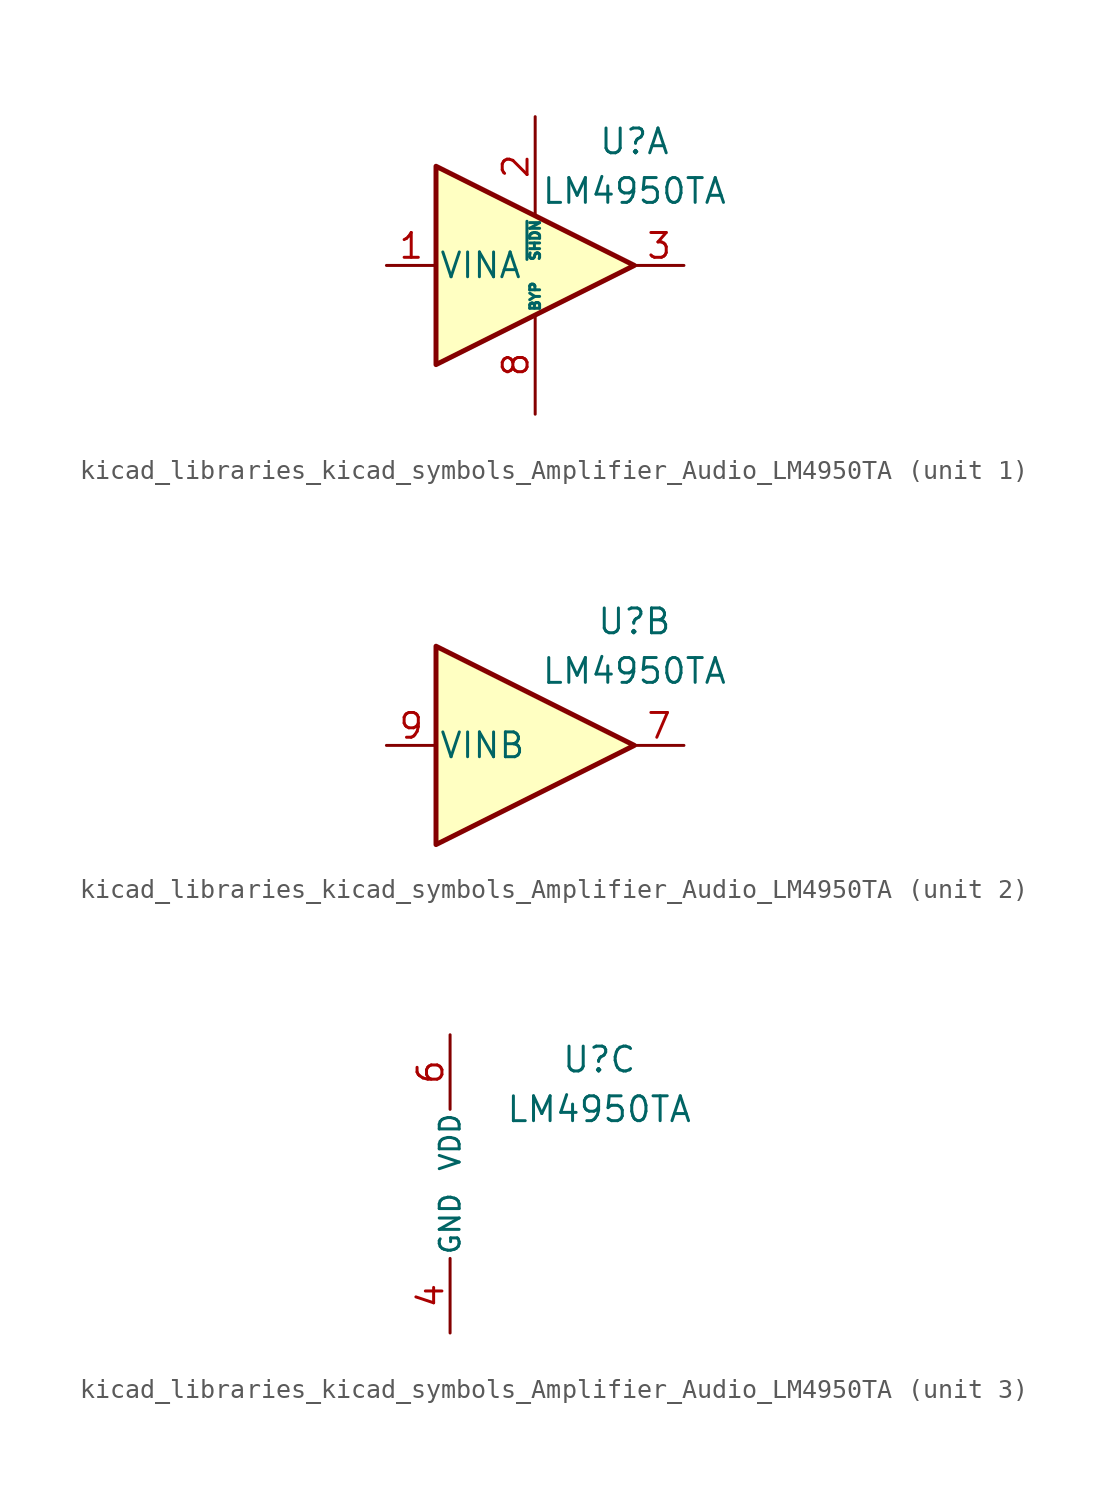
<source format=kicad_sym>
(kicad_symbol_lib
  (version 20220914)
  (generator kicad_symbol_editor)
  (symbol "kicad_libraries_kicad_symbols_Amplifier_Audio_LM4950TA"
    (pin_names
      (offset 0.127))
    (property "Reference" "U"
      (at 5.08 6.35 0)
      (effects (font (size 1.27 1.27))))
    (property "Value" "LM4950TA"
      (at 5.08 3.81 0)
      (effects (font (size 1.27 1.27))))
    (property "ki_locked" ""
      (at 0 0 0)
      (effects (font (size 1.27 1.27))))
    (symbol "kicad_libraries_kicad_symbols_Amplifier_Audio_LM4950TA_1_1"
      (polyline (pts (xy -5.08 5.08) (xy 5.08 0) (xy -5.08 -5.08) (xy -5.08 5.08)) (stroke (width 0.254) (type default)) (fill (type background)))
      (pin input line (at -7.62 0 0) (length 2.54) (name "VINA" (effects (font (size 1.27 1.27)))) (number "1" (effects (font (size 1.27 1.27)))))
      (pin input line (at 0 7.62 270) (length 5.08) (name "~{SHDN}" (effects (font (size 0.508 0.508)))) (number "2" (effects (font (size 1.27 1.27)))))
      (pin output line (at 7.62 0 180) (length 2.54) (name "~" (effects (font (size 1.27 1.27)))) (number "3" (effects (font (size 1.27 1.27)))))
      (pin passive line (at 0 -7.62 90) (length 5.08) (name "BYP" (effects (font (size 0.508 0.508)))) (number "8" (effects (font (size 1.27 1.27))))))
    (symbol "kicad_libraries_kicad_symbols_Amplifier_Audio_LM4950TA_2_1"
      (polyline (pts (xy -5.08 5.08) (xy 5.08 0) (xy -5.08 -5.08) (xy -5.08 5.08)) (stroke (width 0.254) (type default)) (fill (type background)))
      (pin output line (at 7.62 0 180) (length 2.54) (name "~" (effects (font (size 1.27 1.27)))) (number "7" (effects (font (size 1.27 1.27)))))
      (pin input line (at -7.62 0 0) (length 2.54) (name "VINB" (effects (font (size 1.27 1.27)))) (number "9" (effects (font (size 1.27 1.27))))))
    (symbol "kicad_libraries_kicad_symbols_Amplifier_Audio_LM4950TA_3_1"
      (pin power_in line (at -2.54 -7.62 90) (length 3.81) (name "GND" (effects (font (size 1.016 1.016)))) (number "4" (effects (font (size 1.27 1.27)))))
      (pin passive line (at -2.54 -7.62 90) (length 3.81) hide (name "GND" (effects (font (size 1.016 1.016)))) (number "5" (effects (font (size 1.27 1.27)))))
      (pin power_in line (at -2.54 7.62 270) (length 3.81) (name "VDD" (effects (font (size 1.016 1.016)))) (number "6" (effects (font (size 1.27 1.27))))))))
</source>
